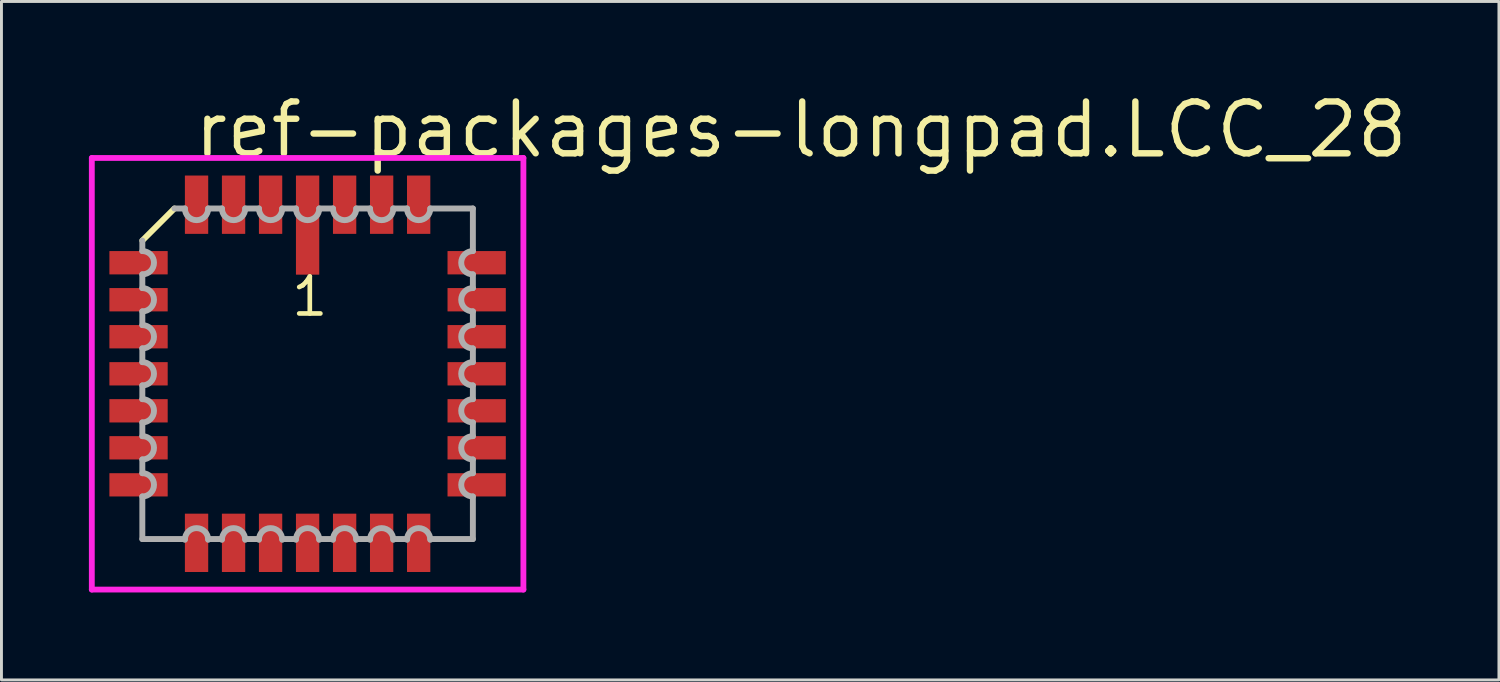
<source format=kicad_pcb>
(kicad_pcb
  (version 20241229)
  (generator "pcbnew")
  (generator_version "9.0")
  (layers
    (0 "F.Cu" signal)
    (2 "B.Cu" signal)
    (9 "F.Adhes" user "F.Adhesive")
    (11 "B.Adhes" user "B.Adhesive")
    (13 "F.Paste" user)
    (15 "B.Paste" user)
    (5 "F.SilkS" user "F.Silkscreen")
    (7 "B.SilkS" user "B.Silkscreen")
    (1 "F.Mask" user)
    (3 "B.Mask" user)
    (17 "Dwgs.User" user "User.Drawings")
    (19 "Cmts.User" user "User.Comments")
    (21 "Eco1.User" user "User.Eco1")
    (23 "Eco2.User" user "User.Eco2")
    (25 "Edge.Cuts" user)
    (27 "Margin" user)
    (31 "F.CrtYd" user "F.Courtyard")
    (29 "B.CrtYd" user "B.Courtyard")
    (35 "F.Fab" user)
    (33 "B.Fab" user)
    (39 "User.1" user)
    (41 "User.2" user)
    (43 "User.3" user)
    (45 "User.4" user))
  (footprint "ref-packages-longpad.LCC_28"
    (layer "F.Cu")
    (at 7.503 9.773)
    (property "Reference" "ref-packages-longpad.LCC_28" (at -4.005 -7.335 0) (layer "F.SilkS") (effects (font (size 1.778 1.778) (thickness 0.22)) (justify left bottom)))
    (attr smd)
    (fp_line (start -4.57 -5.67) (end -5.67 -4.57) (stroke (width 0.203) (type default)) (layer "F.SilkS"))
    (fp_line (start -7.403 -7.403) (end 7.403 -7.403) (stroke (width 0.2) (type default)) (layer "F.CrtYd"))
    (fp_line (start -7.403 7.403) (end -7.403 -7.403) (stroke (width 0.2) (type default)) (layer "F.CrtYd"))
    (fp_line (start 7.403 -7.403) (end 7.403 7.403) (stroke (width 0.2) (type default)) (layer "F.CrtYd"))
    (fp_line (start 7.403 7.403) (end -7.403 7.403) (stroke (width 0.2) (type default)) (layer "F.CrtYd"))
    (fp_line (start -5.67 -4.57) (end -5.67 -4.21) (stroke (width 0.203) (type default)) (layer "F.Fab"))
    (fp_line (start -5.67 -3.41) (end -5.67 -2.94) (stroke (width 0.203) (type default)) (layer "F.Fab"))
    (fp_line (start -5.67 -2.14) (end -5.67 -1.67) (stroke (width 0.203) (type default)) (layer "F.Fab"))
    (fp_line (start -5.67 -0.87) (end -5.67 -0.4) (stroke (width 0.203) (type default)) (layer "F.Fab"))
    (fp_line (start -5.67 0.4) (end -5.67 0.87) (stroke (width 0.203) (type default)) (layer "F.Fab"))
    (fp_line (start -5.67 1.67) (end -5.67 2.14) (stroke (width 0.203) (type default)) (layer "F.Fab"))
    (fp_line (start -5.67 2.94) (end -5.67 3.41) (stroke (width 0.203) (type default)) (layer "F.Fab"))
    (fp_line (start -5.67 4.21) (end -5.67 5.67) (stroke (width 0.203) (type default)) (layer "F.Fab"))
    (fp_line (start -5.67 5.67) (end -4.21 5.67) (stroke (width 0.203) (type default)) (layer "F.Fab"))
    (fp_line (start -4.21 -5.67) (end -4.57 -5.67) (stroke (width 0.203) (type default)) (layer "F.Fab"))
    (fp_line (start -3.41 5.67) (end -2.94 5.67) (stroke (width 0.203) (type default)) (layer "F.Fab"))
    (fp_line (start -2.94 -5.67) (end -3.41 -5.67) (stroke (width 0.203) (type default)) (layer "F.Fab"))
    (fp_line (start -2.14 5.67) (end -1.67 5.67) (stroke (width 0.203) (type default)) (layer "F.Fab"))
    (fp_line (start -1.67 -5.67) (end -2.14 -5.67) (stroke (width 0.203) (type default)) (layer "F.Fab"))
    (fp_line (start -0.87 5.67) (end -0.4 5.67) (stroke (width 0.203) (type default)) (layer "F.Fab"))
    (fp_line (start -0.4 -5.67) (end -0.87 -5.67) (stroke (width 0.203) (type default)) (layer "F.Fab"))
    (fp_line (start 0.4 5.67) (end 0.87 5.67) (stroke (width 0.203) (type default)) (layer "F.Fab"))
    (fp_line (start 0.87 -5.67) (end 0.4 -5.67) (stroke (width 0.203) (type default)) (layer "F.Fab"))
    (fp_line (start 1.67 5.67) (end 2.14 5.67) (stroke (width 0.203) (type default)) (layer "F.Fab"))
    (fp_line (start 2.14 -5.67) (end 1.67 -5.67) (stroke (width 0.203) (type default)) (layer "F.Fab"))
    (fp_line (start 2.94 5.67) (end 3.41 5.67) (stroke (width 0.203) (type default)) (layer "F.Fab"))
    (fp_line (start 3.41 -5.67) (end 2.94 -5.67) (stroke (width 0.203) (type default)) (layer "F.Fab"))
    (fp_line (start 4.21 5.67) (end 5.67 5.67) (stroke (width 0.203) (type default)) (layer "F.Fab"))
    (fp_line (start 5.67 -5.67) (end 4.21 -5.67) (stroke (width 0.203) (type default)) (layer "F.Fab"))
    (fp_line (start 5.67 -4.21) (end 5.67 -5.67) (stroke (width 0.203) (type default)) (layer "F.Fab"))
    (fp_line (start 5.67 -2.94) (end 5.67 -3.41) (stroke (width 0.203) (type default)) (layer "F.Fab"))
    (fp_line (start 5.67 -1.67) (end 5.67 -2.14) (stroke (width 0.203) (type default)) (layer "F.Fab"))
    (fp_line (start 5.67 -0.4) (end 5.67 -0.87) (stroke (width 0.203) (type default)) (layer "F.Fab"))
    (fp_line (start 5.67 0.87) (end 5.67 0.4) (stroke (width 0.203) (type default)) (layer "F.Fab"))
    (fp_line (start 5.67 2.14) (end 5.67 1.67) (stroke (width 0.203) (type default)) (layer "F.Fab"))
    (fp_line (start 5.67 3.41) (end 5.67 2.94) (stroke (width 0.203) (type default)) (layer "F.Fab"))
    (fp_line (start 5.67 5.67) (end 5.67 4.21) (stroke (width 0.203) (type default)) (layer "F.Fab"))
    (fp_arc (start -5.6701 -4.21) (mid -5.2701 -3.81) (end -5.6701 -3.41) (stroke (width 0.2032) (type default)) (layer "F.Fab"))
    (fp_arc (start -5.6701 -2.94) (mid -5.2701 -2.54) (end -5.6701 -2.14) (stroke (width 0.2032) (type default)) (layer "F.Fab"))
    (fp_arc (start -5.6701 -1.67) (mid -5.2701 -1.27) (end -5.6701 -0.87) (stroke (width 0.2032) (type default)) (layer "F.Fab"))
    (fp_arc (start -5.6701 -0.4001) (mid -5.27 0) (end -5.6701 0.4001) (stroke (width 0.2032) (type default)) (layer "F.Fab"))
    (fp_arc (start -5.6701 0.8699) (mid -5.27 1.27) (end -5.6701 1.6701) (stroke (width 0.2032) (type default)) (layer "F.Fab"))
    (fp_arc (start -5.6701 2.1399) (mid -5.27 2.54) (end -5.6701 2.9401) (stroke (width 0.2032) (type default)) (layer "F.Fab"))
    (fp_arc (start -5.6701 3.4099) (mid -5.27 3.81) (end -5.6701 4.2101) (stroke (width 0.2032) (type default)) (layer "F.Fab"))
    (fp_arc (start -4.2101 5.6951) (mid -3.81 5.295) (end -3.4099 5.6951) (stroke (width 0.2032) (type default)) (layer "F.Fab"))
    (fp_arc (start -3.4099 -5.6701) (mid -3.81 -5.27) (end -4.2101 -5.6701) (stroke (width 0.2032) (type default)) (layer "F.Fab"))
    (fp_arc (start -2.9401 5.6951) (mid -2.54 5.295) (end -2.1399 5.6951) (stroke (width 0.2032) (type default)) (layer "F.Fab"))
    (fp_arc (start -2.1399 -5.6701) (mid -2.54 -5.27) (end -2.9401 -5.6701) (stroke (width 0.2032) (type default)) (layer "F.Fab"))
    (fp_arc (start -1.6701 5.6951) (mid -1.27 5.295) (end -0.8699 5.6951) (stroke (width 0.2032) (type default)) (layer "F.Fab"))
    (fp_arc (start -0.8699 -5.6701) (mid -1.27 -5.27) (end -1.6701 -5.6701) (stroke (width 0.2032) (type default)) (layer "F.Fab"))
    (fp_arc (start -0.4001 5.6951) (mid 0 5.295) (end 0.4001 5.6951) (stroke (width 0.2032) (type default)) (layer "F.Fab"))
    (fp_arc (start 0.4001 -5.6701) (mid 0 -5.27) (end -0.4001 -5.6701) (stroke (width 0.2032) (type default)) (layer "F.Fab"))
    (fp_arc (start 0.87 5.6951) (mid 1.27 5.2951) (end 1.67 5.6951) (stroke (width 0.2032) (type default)) (layer "F.Fab"))
    (fp_arc (start 1.67 -5.6701) (mid 1.27 -5.2701) (end 0.87 -5.6701) (stroke (width 0.2032) (type default)) (layer "F.Fab"))
    (fp_arc (start 2.14 5.6951) (mid 2.54 5.2951) (end 2.94 5.6951) (stroke (width 0.2032) (type default)) (layer "F.Fab"))
    (fp_arc (start 2.94 -5.6701) (mid 2.54 -5.2701) (end 2.14 -5.6701) (stroke (width 0.2032) (type default)) (layer "F.Fab"))
    (fp_arc (start 3.41 5.6951) (mid 3.81 5.2951) (end 4.21 5.6951) (stroke (width 0.2032) (type default)) (layer "F.Fab"))
    (fp_arc (start 4.21 -5.6701) (mid 3.81 -5.2701) (end 3.41 -5.6701) (stroke (width 0.2032) (type default)) (layer "F.Fab"))
    (fp_arc (start 5.6701 -3.4099) (mid 5.27 -3.81) (end 5.6701 -4.2101) (stroke (width 0.2032) (type default)) (layer "F.Fab"))
    (fp_arc (start 5.6701 -2.1399) (mid 5.27 -2.54) (end 5.6701 -2.9401) (stroke (width 0.2032) (type default)) (layer "F.Fab"))
    (fp_arc (start 5.6701 -0.8699) (mid 5.27 -1.27) (end 5.6701 -1.6701) (stroke (width 0.2032) (type default)) (layer "F.Fab"))
    (fp_arc (start 5.6701 0.4001) (mid 5.27 0) (end 5.6701 -0.4001) (stroke (width 0.2032) (type default)) (layer "F.Fab"))
    (fp_arc (start 5.6701 1.67) (mid 5.2701 1.27) (end 5.6701 0.87) (stroke (width 0.2032) (type default)) (layer "F.Fab"))
    (fp_arc (start 5.6701 2.94) (mid 5.2701 2.54) (end 5.6701 2.14) (stroke (width 0.2032) (type default)) (layer "F.Fab"))
    (fp_arc (start 5.6701 4.21) (mid 5.2701 3.81) (end 5.6701 3.41) (stroke (width 0.2032) (type default)) (layer "F.Fab"))
    (fp_text user "1" (at -0.635 -1.905 0) (layer "F.SilkS") (effects (font (size 1.27 1.27) (thickness 0.16)) (justify left bottom)))
    (pad "1" smd roundrect (at 0 -5.1) (size 0.8 3.4) (layers "F.Cu" "F.Mask" "F.Paste") (roundrect_rratio 0.01))
    (pad "2" smd roundrect (at -1.27 -5.8) (size 0.8 2) (layers "F.Cu" "F.Mask" "F.Paste") (roundrect_rratio 0.01))
    (pad "3" smd roundrect (at -2.54 -5.8) (size 0.8 2) (layers "F.Cu" "F.Mask" "F.Paste") (roundrect_rratio 0.01))
    (pad "4" smd roundrect (at -3.81 -5.8) (size 0.8 2) (layers "F.Cu" "F.Mask" "F.Paste") (roundrect_rratio 0.01))
    (pad "5" smd roundrect (at -5.8 -3.81) (size 2 0.8) (layers "F.Cu" "F.Mask" "F.Paste") (roundrect_rratio 0.01))
    (pad "6" smd roundrect (at -5.8 -2.54) (size 2 0.8) (layers "F.Cu" "F.Mask" "F.Paste") (roundrect_rratio 0.01))
    (pad "7" smd roundrect (at -5.8 -1.27) (size 2 0.8) (layers "F.Cu" "F.Mask" "F.Paste") (roundrect_rratio 0.01))
    (pad "8" smd roundrect (at -5.8 0) (size 2 0.8) (layers "F.Cu" "F.Mask" "F.Paste") (roundrect_rratio 0.01))
    (pad "9" smd roundrect (at -5.8 1.27) (size 2 0.8) (layers "F.Cu" "F.Mask" "F.Paste") (roundrect_rratio 0.01))
    (pad "10" smd roundrect (at -5.8 2.54) (size 2 0.8) (layers "F.Cu" "F.Mask" "F.Paste") (roundrect_rratio 0.01))
    (pad "11" smd roundrect (at -5.8 3.81) (size 2 0.8) (layers "F.Cu" "F.Mask" "F.Paste") (roundrect_rratio 0.01))
    (pad "12" smd roundrect (at -3.81 5.8) (size 0.8 2) (layers "F.Cu" "F.Mask" "F.Paste") (roundrect_rratio 0.01))
    (pad "13" smd roundrect (at -2.54 5.8) (size 0.8 2) (layers "F.Cu" "F.Mask" "F.Paste") (roundrect_rratio 0.01))
    (pad "14" smd roundrect (at -1.27 5.8) (size 0.8 2) (layers "F.Cu" "F.Mask" "F.Paste") (roundrect_rratio 0.01))
    (pad "15" smd roundrect (at 0 5.8) (size 0.8 2) (layers "F.Cu" "F.Mask" "F.Paste") (roundrect_rratio 0.01))
    (pad "16" smd roundrect (at 1.27 5.8) (size 0.8 2) (layers "F.Cu" "F.Mask" "F.Paste") (roundrect_rratio 0.01))
    (pad "17" smd roundrect (at 2.54 5.8) (size 0.8 2) (layers "F.Cu" "F.Mask" "F.Paste") (roundrect_rratio 0.01))
    (pad "18" smd roundrect (at 3.81 5.8) (size 0.8 2) (layers "F.Cu" "F.Mask" "F.Paste") (roundrect_rratio 0.01))
    (pad "19" smd roundrect (at 5.8 3.81) (size 2 0.8) (layers "F.Cu" "F.Mask" "F.Paste") (roundrect_rratio 0.01))
    (pad "20" smd roundrect (at 5.8 2.54) (size 2 0.8) (layers "F.Cu" "F.Mask" "F.Paste") (roundrect_rratio 0.01))
    (pad "21" smd roundrect (at 5.8 1.27) (size 2 0.8) (layers "F.Cu" "F.Mask" "F.Paste") (roundrect_rratio 0.01))
    (pad "22" smd roundrect (at 5.8 0) (size 2 0.8) (layers "F.Cu" "F.Mask" "F.Paste") (roundrect_rratio 0.01))
    (pad "23" smd roundrect (at 5.8 -1.27) (size 2 0.8) (layers "F.Cu" "F.Mask" "F.Paste") (roundrect_rratio 0.01))
    (pad "24" smd roundrect (at 5.8 -2.54) (size 2 0.8) (layers "F.Cu" "F.Mask" "F.Paste") (roundrect_rratio 0.01))
    (pad "25" smd roundrect (at 5.8 -3.81) (size 2 0.8) (layers "F.Cu" "F.Mask" "F.Paste") (roundrect_rratio 0.01))
    (pad "26" smd roundrect (at 3.81 -5.8) (size 0.8 2) (layers "F.Cu" "F.Mask" "F.Paste") (roundrect_rratio 0.01))
    (pad "27" smd roundrect (at 2.54 -5.8) (size 0.8 2) (layers "F.Cu" "F.Mask" "F.Paste") (roundrect_rratio 0.01))
    (pad "28" smd roundrect (at 1.27 -5.8) (size 0.8 2) (layers "F.Cu" "F.Mask" "F.Paste") (roundrect_rratio 0.01)))
  (gr_rect
    (start -3 -3)
    (end 48.374 20.276)
    (stroke (width 0.1) (type default))
    (fill no)
    (layer "Edge.Cuts")))
</source>
